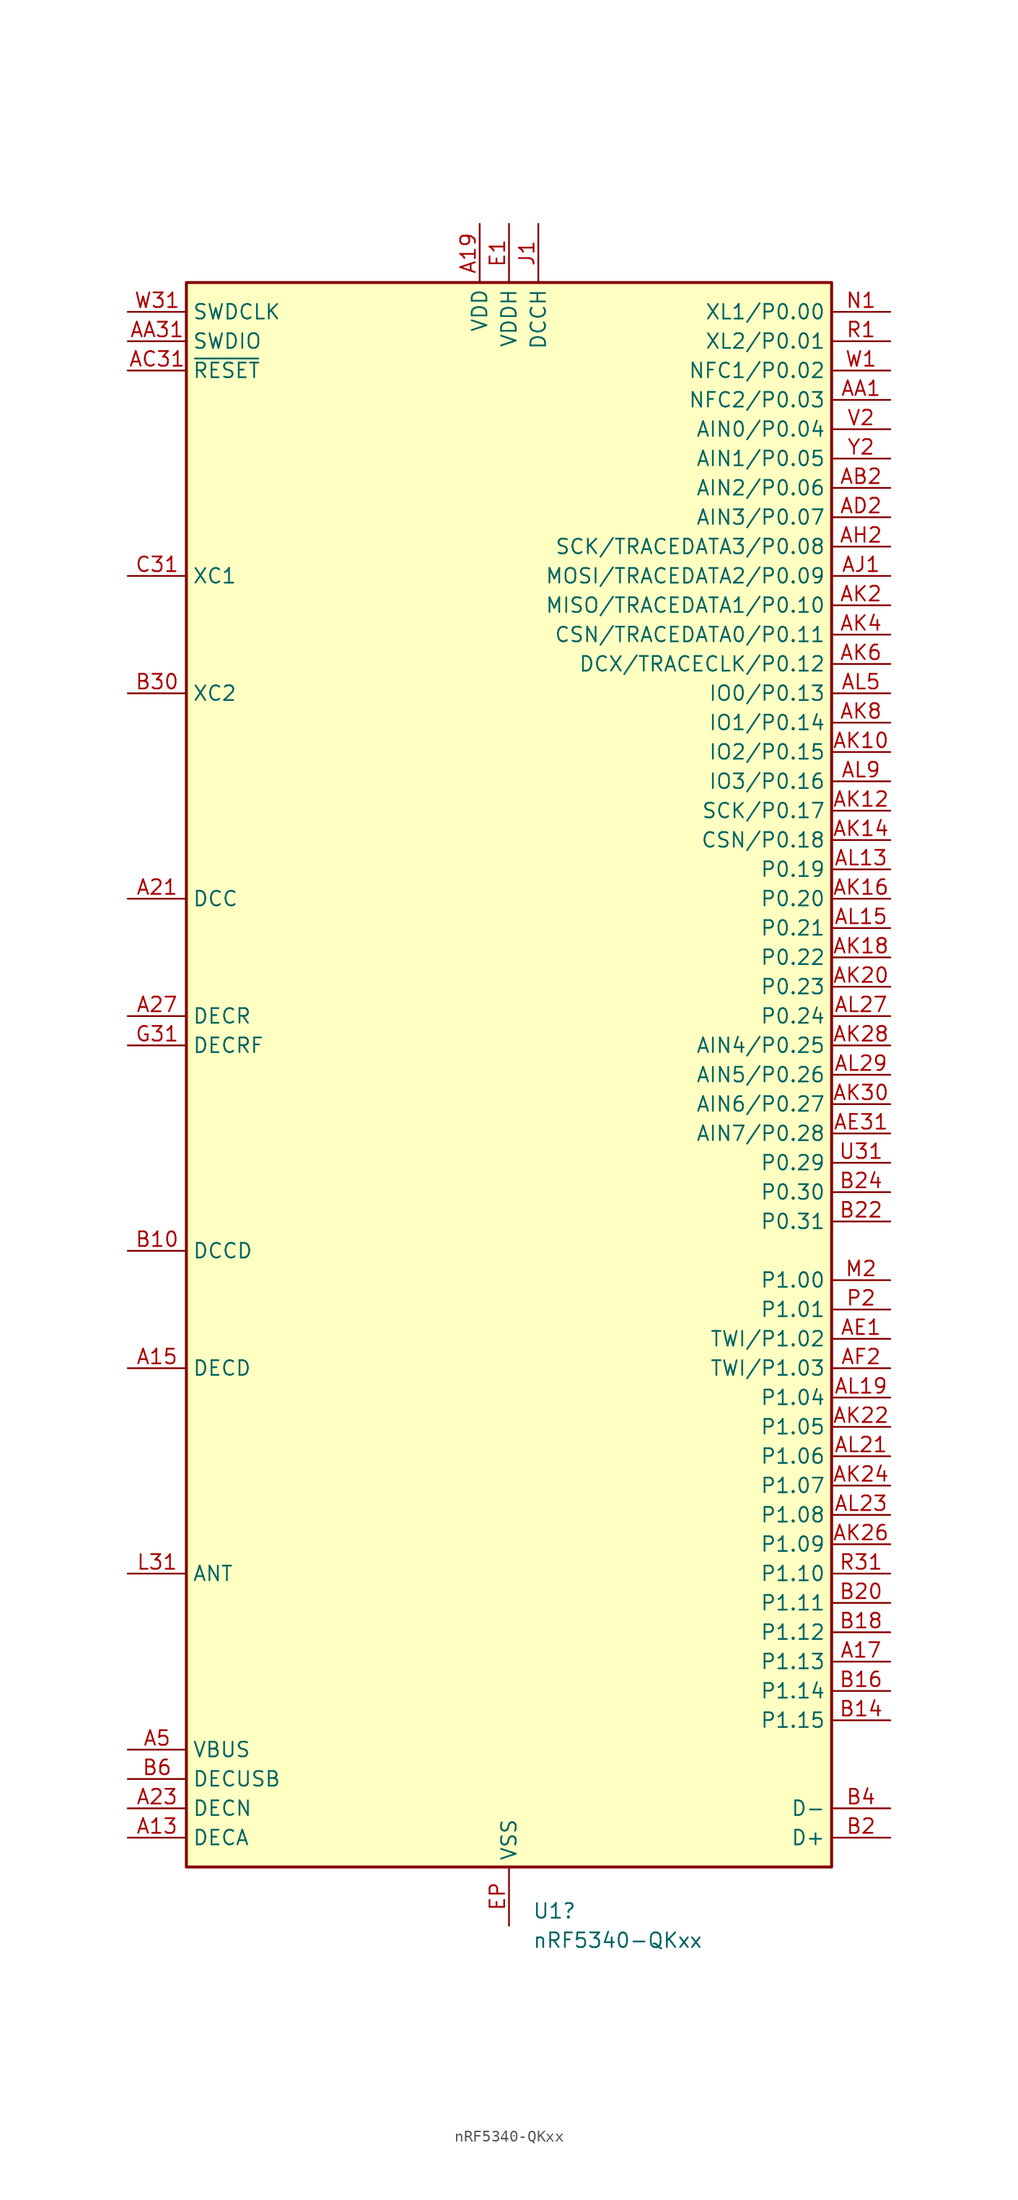
<source format=kicad_sym>
(kicad_symbol_lib
  (version 20241209)
  (generator "kicad_symbol_editor")
  (generator_version "9.0")
  (symbol "nRF5340-QKxx"
    (property "Reference" "U1"
      (at 2.019 -72.39 0)
      (effects (font (size 1.27 1.27)) (justify left)))
    (property "Value" "nRF5340-QKxx"
      (at 2.019 -74.93 0)
      (effects (font (size 1.27 1.27)) (justify left)))
    (symbol "nRF5340-QKxx_0_1"
      (rectangle (start -27.94 68.58) (end 27.94 -68.58) (stroke (width 0.254) (type default)) (fill (type background))))
    (symbol "nRF5340-QKxx_1_1"
      (pin input line (at -33.02 66.04 0) (length 5.08) (name "SWDCLK" (effects (font (size 1.27 1.27)))) (number "W31" (effects (font (size 1.27 1.27)))))
      (pin bidirectional line (at -33.02 63.5 0) (length 5.08) (name "SWDIO" (effects (font (size 1.27 1.27)))) (number "AA31" (effects (font (size 1.27 1.27)))))
      (pin input line (at -33.02 60.96 0) (length 5.08) (name "~{RESET}" (effects (font (size 1.27 1.27)))) (number "AC31" (effects (font (size 1.27 1.27)))))
      (pin input line (at -33.02 43.18 0) (length 5.08) (name "XC1" (effects (font (size 1.27 1.27)))) (number "C31" (effects (font (size 1.27 1.27)))))
      (pin input line (at -33.02 33.02 0) (length 5.08) (name "XC2" (effects (font (size 1.27 1.27)))) (number "B30" (effects (font (size 1.27 1.27)))))
      (pin power_out line (at -33.02 15.24 0) (length 5.08) (name "DCC" (effects (font (size 1.27 1.27)))) (number "A21" (effects (font (size 1.27 1.27)))))
      (pin passive line (at -33.02 5.08 0) (length 5.08) (name "DECR" (effects (font (size 1.27 1.27)))) (number "A27" (effects (font (size 1.27 1.27)))))
      (pin passive line (at -33.02 2.54 0) (length 5.08) (name "DECRF" (effects (font (size 1.27 1.27)))) (number "G31" (effects (font (size 1.27 1.27)))))
      (pin power_out line (at -33.02 -15.24 0) (length 5.08) (name "DCCD" (effects (font (size 1.27 1.27)))) (number "B10" (effects (font (size 1.27 1.27)))))
      (pin passive line (at -33.02 -25.4 0) (length 5.08) (name "DECD" (effects (font (size 1.27 1.27)))) (number "A15" (effects (font (size 1.27 1.27)))))
      (pin passive line (at -33.02 -43.18 0) (length 5.08) (name "ANT" (effects (font (size 1.27 1.27)))) (number "L31" (effects (font (size 1.27 1.27)))))
      (pin power_in line (at -33.02 -58.42 0) (length 5.08) (name "VBUS" (effects (font (size 1.27 1.27)))) (number "A5" (effects (font (size 1.27 1.27)))))
      (pin passive line (at -33.02 -60.96 0) (length 5.08) (name "DECUSB" (effects (font (size 1.27 1.27)))) (number "B6" (effects (font (size 1.27 1.27)))))
      (pin passive line (at -33.02 -63.5 0) (length 5.08) (name "DECN" (effects (font (size 1.27 1.27)))) (number "A23" (effects (font (size 1.27 1.27)))))
      (pin passive line (at -33.02 -66.04 0) (length 5.08) (name "DECA" (effects (font (size 1.27 1.27)))) (number "A13" (effects (font (size 1.27 1.27)))))
      (pin no_connect line (at -27.94 58.42 0) (length 5.08) (hide yes) (name "NC" (effects (font (size 1.27 1.27)))) (number "A25" (effects (font (size 1.27 1.27)))))
      (pin no_connect line (at -27.94 55.88 0) (length 5.08) (hide yes) (name "NC" (effects (font (size 1.27 1.27)))) (number "B12" (effects (font (size 1.27 1.27)))))
      (pin no_connect line (at -27.94 53.34 0) (length 5.08) (hide yes) (name "NC" (effects (font (size 1.27 1.27)))) (number "B26" (effects (font (size 1.27 1.27)))))
      (pin no_connect line (at -27.94 50.8 0) (length 5.08) (hide yes) (name "NC" (effects (font (size 1.27 1.27)))) (number "D2" (effects (font (size 1.27 1.27)))))
      (pin no_connect line (at -27.94 48.26 0) (length 5.08) (hide yes) (name "NC" (effects (font (size 1.27 1.27)))) (number "F2" (effects (font (size 1.27 1.27)))))
      (pin no_connect line (at -27.94 45.72 0) (length 5.08) (hide yes) (name "NC" (effects (font (size 1.27 1.27)))) (number "G1" (effects (font (size 1.27 1.27)))))
      (pin no_connect line (at -27.94 40.64 0) (length 5.08) (hide yes) (name "NC" (effects (font (size 1.27 1.27)))) (number "H2" (effects (font (size 1.27 1.27)))))
      (pin no_connect line (at -27.94 38.1 0) (length 5.08) (hide yes) (name "NC" (effects (font (size 1.27 1.27)))) (number "J31" (effects (font (size 1.27 1.27)))))
      (pin no_connect line (at -27.94 35.56 0) (length 5.08) (hide yes) (name "NC" (effects (font (size 1.27 1.27)))) (number "K2" (effects (font (size 1.27 1.27)))))
      (pin no_connect line (at -27.94 30.48 0) (length 5.08) (hide yes) (name "NC" (effects (font (size 1.27 1.27)))) (number "T2" (effects (font (size 1.27 1.27)))))
      (pin no_connect line (at -27.94 27.94 0) (length 5.08) (hide yes) (name "NC" (effects (font (size 1.27 1.27)))) (number "AG31" (effects (font (size 1.27 1.27)))))
      (pin power_in line (at -2.54 73.66 270) (length 5.08) (name "VDD" (effects (font (size 1.27 1.27)))) (number "A19" (effects (font (size 1.27 1.27)))))
      (pin passive line (at -2.54 73.66 270) (length 5.08) (hide yes) (name "VDD" (effects (font (size 1.27 1.27)))) (number "AC1" (effects (font (size 1.27 1.27)))))
      (pin passive line (at -2.54 73.66 270) (length 5.08) (hide yes) (name "VDD" (effects (font (size 1.27 1.27)))) (number "AG1" (effects (font (size 1.27 1.27)))))
      (pin passive line (at -2.54 73.66 270) (length 5.08) (hide yes) (name "VDD" (effects (font (size 1.27 1.27)))) (number "AJ31" (effects (font (size 1.27 1.27)))))
      (pin passive line (at -2.54 73.66 270) (length 5.08) (hide yes) (name "VDD" (effects (font (size 1.27 1.27)))) (number "AL11" (effects (font (size 1.27 1.27)))))
      (pin passive line (at -2.54 73.66 270) (length 5.08) (hide yes) (name "VDD" (effects (font (size 1.27 1.27)))) (number "AL17" (effects (font (size 1.27 1.27)))))
      (pin passive line (at -2.54 73.66 270) (length 5.08) (hide yes) (name "VDD" (effects (font (size 1.27 1.27)))) (number "AL25" (effects (font (size 1.27 1.27)))))
      (pin passive line (at -2.54 73.66 270) (length 5.08) (hide yes) (name "VDD" (effects (font (size 1.27 1.27)))) (number "AL3" (effects (font (size 1.27 1.27)))))
      (pin passive line (at -2.54 73.66 270) (length 5.08) (hide yes) (name "VDD" (effects (font (size 1.27 1.27)))) (number "AL7" (effects (font (size 1.27 1.27)))))
      (pin passive line (at -2.54 73.66 270) (length 5.08) (hide yes) (name "VDD" (effects (font (size 1.27 1.27)))) (number "B28" (effects (font (size 1.27 1.27)))))
      (pin passive line (at -2.54 73.66 270) (length 5.08) (hide yes) (name "VDD" (effects (font (size 1.27 1.27)))) (number "B8" (effects (font (size 1.27 1.27)))))
      (pin passive line (at -2.54 73.66 270) (length 5.08) (hide yes) (name "VDD" (effects (font (size 1.27 1.27)))) (number "C1" (effects (font (size 1.27 1.27)))))
      (pin passive line (at -2.54 73.66 270) (length 5.08) (hide yes) (name "VDD" (effects (font (size 1.27 1.27)))) (number "E31" (effects (font (size 1.27 1.27)))))
      (pin passive line (at -2.54 73.66 270) (length 5.08) (hide yes) (name "VDD" (effects (font (size 1.27 1.27)))) (number "L1" (effects (font (size 1.27 1.27)))))
      (pin passive line (at -2.54 73.66 270) (length 5.08) (hide yes) (name "VDD" (effects (font (size 1.27 1.27)))) (number "N31" (effects (font (size 1.27 1.27)))))
      (pin passive line (at -2.54 73.66 270) (length 5.08) (hide yes) (name "VDD" (effects (font (size 1.27 1.27)))) (number "U1" (effects (font (size 1.27 1.27)))))
      (pin power_in line (at 0 73.66 270) (length 5.08) (name "VDDH" (effects (font (size 1.27 1.27)))) (number "E1" (effects (font (size 1.27 1.27)))))
      (pin power_in line (at 0 -73.66 90) (length 5.08) (name "VSS" (effects (font (size 1.27 1.27)))) (number "EP" (effects (font (size 1.27 1.27)))))
      (pin passive line (at 2.54 73.66 270) (length 5.08) (name "DCCH" (effects (font (size 1.27 1.27)))) (number "J1" (effects (font (size 1.27 1.27)))))
      (pin bidirectional line (at 33.02 66.04 180) (length 5.08) (name "XL1/P0.00" (effects (font (size 1.27 1.27)))) (number "N1" (effects (font (size 1.27 1.27)))))
      (pin bidirectional line (at 33.02 63.5 180) (length 5.08) (name "XL2/P0.01" (effects (font (size 1.27 1.27)))) (number "R1" (effects (font (size 1.27 1.27)))))
      (pin bidirectional line (at 33.02 60.96 180) (length 5.08) (name "NFC1/P0.02" (effects (font (size 1.27 1.27)))) (number "W1" (effects (font (size 1.27 1.27)))))
      (pin bidirectional line (at 33.02 58.42 180) (length 5.08) (name "NFC2/P0.03" (effects (font (size 1.27 1.27)))) (number "AA1" (effects (font (size 1.27 1.27)))))
      (pin bidirectional line (at 33.02 55.88 180) (length 5.08) (name "AIN0/P0.04" (effects (font (size 1.27 1.27)))) (number "V2" (effects (font (size 1.27 1.27)))))
      (pin bidirectional line (at 33.02 53.34 180) (length 5.08) (name "AIN1/P0.05" (effects (font (size 1.27 1.27)))) (number "Y2" (effects (font (size 1.27 1.27)))))
      (pin bidirectional line (at 33.02 50.8 180) (length 5.08) (name "AIN2/P0.06" (effects (font (size 1.27 1.27)))) (number "AB2" (effects (font (size 1.27 1.27)))))
      (pin bidirectional line (at 33.02 48.26 180) (length 5.08) (name "AIN3/P0.07" (effects (font (size 1.27 1.27)))) (number "AD2" (effects (font (size 1.27 1.27)))))
      (pin bidirectional line (at 33.02 45.72 180) (length 5.08) (name "SCK/TRACEDATA3/P0.08" (effects (font (size 1.27 1.27)))) (number "AH2" (effects (font (size 1.27 1.27)))))
      (pin bidirectional line (at 33.02 43.18 180) (length 5.08) (name "MOSI/TRACEDATA2/P0.09" (effects (font (size 1.27 1.27)))) (number "AJ1" (effects (font (size 1.27 1.27)))))
      (pin bidirectional line (at 33.02 40.64 180) (length 5.08) (name "MISO/TRACEDATA1/P0.10" (effects (font (size 1.27 1.27)))) (number "AK2" (effects (font (size 1.27 1.27)))))
      (pin bidirectional line (at 33.02 38.1 180) (length 5.08) (name "CSN/TRACEDATA0/P0.11" (effects (font (size 1.27 1.27)))) (number "AK4" (effects (font (size 1.27 1.27)))))
      (pin bidirectional line (at 33.02 35.56 180) (length 5.08) (name "DCX/TRACECLK/P0.12" (effects (font (size 1.27 1.27)))) (number "AK6" (effects (font (size 1.27 1.27)))))
      (pin bidirectional line (at 33.02 33.02 180) (length 5.08) (name "IO0/P0.13" (effects (font (size 1.27 1.27)))) (number "AL5" (effects (font (size 1.27 1.27)))))
      (pin bidirectional line (at 33.02 30.48 180) (length 5.08) (name "IO1/P0.14" (effects (font (size 1.27 1.27)))) (number "AK8" (effects (font (size 1.27 1.27)))))
      (pin bidirectional line (at 33.02 27.94 180) (length 5.08) (name "IO2/P0.15" (effects (font (size 1.27 1.27)))) (number "AK10" (effects (font (size 1.27 1.27)))))
      (pin bidirectional line (at 33.02 25.4 180) (length 5.08) (name "IO3/P0.16" (effects (font (size 1.27 1.27)))) (number "AL9" (effects (font (size 1.27 1.27)))))
      (pin bidirectional line (at 33.02 22.86 180) (length 5.08) (name "SCK/P0.17" (effects (font (size 1.27 1.27)))) (number "AK12" (effects (font (size 1.27 1.27)))))
      (pin bidirectional line (at 33.02 20.32 180) (length 5.08) (name "CSN/P0.18" (effects (font (size 1.27 1.27)))) (number "AK14" (effects (font (size 1.27 1.27)))))
      (pin bidirectional line (at 33.02 17.78 180) (length 5.08) (name "P0.19" (effects (font (size 1.27 1.27)))) (number "AL13" (effects (font (size 1.27 1.27)))))
      (pin bidirectional line (at 33.02 15.24 180) (length 5.08) (name "P0.20" (effects (font (size 1.27 1.27)))) (number "AK16" (effects (font (size 1.27 1.27)))))
      (pin bidirectional line (at 33.02 12.7 180) (length 5.08) (name "P0.21" (effects (font (size 1.27 1.27)))) (number "AL15" (effects (font (size 1.27 1.27)))))
      (pin bidirectional line (at 33.02 10.16 180) (length 5.08) (name "P0.22" (effects (font (size 1.27 1.27)))) (number "AK18" (effects (font (size 1.27 1.27)))))
      (pin bidirectional line (at 33.02 7.62 180) (length 5.08) (name "P0.23" (effects (font (size 1.27 1.27)))) (number "AK20" (effects (font (size 1.27 1.27)))))
      (pin bidirectional line (at 33.02 5.08 180) (length 5.08) (name "P0.24" (effects (font (size 1.27 1.27)))) (number "AL27" (effects (font (size 1.27 1.27)))))
      (pin bidirectional line (at 33.02 2.54 180) (length 5.08) (name "AIN4/P0.25" (effects (font (size 1.27 1.27)))) (number "AK28" (effects (font (size 1.27 1.27)))))
      (pin bidirectional line (at 33.02 0 180) (length 5.08) (name "AIN5/P0.26" (effects (font (size 1.27 1.27)))) (number "AL29" (effects (font (size 1.27 1.27)))))
      (pin bidirectional line (at 33.02 -2.54 180) (length 5.08) (name "AIN6/P0.27" (effects (font (size 1.27 1.27)))) (number "AK30" (effects (font (size 1.27 1.27)))))
      (pin bidirectional line (at 33.02 -5.08 180) (length 5.08) (name "AIN7/P0.28" (effects (font (size 1.27 1.27)))) (number "AE31" (effects (font (size 1.27 1.27)))))
      (pin bidirectional line (at 33.02 -7.62 180) (length 5.08) (name "P0.29" (effects (font (size 1.27 1.27)))) (number "U31" (effects (font (size 1.27 1.27)))))
      (pin bidirectional line (at 33.02 -10.16 180) (length 5.08) (name "P0.30" (effects (font (size 1.27 1.27)))) (number "B24" (effects (font (size 1.27 1.27)))))
      (pin bidirectional line (at 33.02 -12.7 180) (length 5.08) (name "P0.31" (effects (font (size 1.27 1.27)))) (number "B22" (effects (font (size 1.27 1.27)))))
      (pin bidirectional line (at 33.02 -17.78 180) (length 5.08) (name "P1.00" (effects (font (size 1.27 1.27)))) (number "M2" (effects (font (size 1.27 1.27)))))
      (pin bidirectional line (at 33.02 -20.32 180) (length 5.08) (name "P1.01" (effects (font (size 1.27 1.27)))) (number "P2" (effects (font (size 1.27 1.27)))))
      (pin bidirectional line (at 33.02 -22.86 180) (length 5.08) (name "TWI/P1.02" (effects (font (size 1.27 1.27)))) (number "AE1" (effects (font (size 1.27 1.27)))))
      (pin bidirectional line (at 33.02 -25.4 180) (length 5.08) (name "TWI/P1.03" (effects (font (size 1.27 1.27)))) (number "AF2" (effects (font (size 1.27 1.27)))))
      (pin bidirectional line (at 33.02 -27.94 180) (length 5.08) (name "P1.04" (effects (font (size 1.27 1.27)))) (number "AL19" (effects (font (size 1.27 1.27)))))
      (pin bidirectional line (at 33.02 -30.48 180) (length 5.08) (name "P1.05" (effects (font (size 1.27 1.27)))) (number "AK22" (effects (font (size 1.27 1.27)))))
      (pin bidirectional line (at 33.02 -33.02 180) (length 5.08) (name "P1.06" (effects (font (size 1.27 1.27)))) (number "AL21" (effects (font (size 1.27 1.27)))))
      (pin bidirectional line (at 33.02 -35.56 180) (length 5.08) (name "P1.07" (effects (font (size 1.27 1.27)))) (number "AK24" (effects (font (size 1.27 1.27)))))
      (pin bidirectional line (at 33.02 -38.1 180) (length 5.08) (name "P1.08" (effects (font (size 1.27 1.27)))) (number "AL23" (effects (font (size 1.27 1.27)))))
      (pin bidirectional line (at 33.02 -40.64 180) (length 5.08) (name "P1.09" (effects (font (size 1.27 1.27)))) (number "AK26" (effects (font (size 1.27 1.27)))))
      (pin bidirectional line (at 33.02 -43.18 180) (length 5.08) (name "P1.10" (effects (font (size 1.27 1.27)))) (number "R31" (effects (font (size 1.27 1.27)))))
      (pin bidirectional line (at 33.02 -45.72 180) (length 5.08) (name "P1.11" (effects (font (size 1.27 1.27)))) (number "B20" (effects (font (size 1.27 1.27)))))
      (pin bidirectional line (at 33.02 -48.26 180) (length 5.08) (name "P1.12" (effects (font (size 1.27 1.27)))) (number "B18" (effects (font (size 1.27 1.27)))))
      (pin bidirectional line (at 33.02 -50.8 180) (length 5.08) (name "P1.13" (effects (font (size 1.27 1.27)))) (number "A17" (effects (font (size 1.27 1.27)))))
      (pin bidirectional line (at 33.02 -53.34 180) (length 5.08) (name "P1.14" (effects (font (size 1.27 1.27)))) (number "B16" (effects (font (size 1.27 1.27)))))
      (pin bidirectional line (at 33.02 -55.88 180) (length 5.08) (name "P1.15" (effects (font (size 1.27 1.27)))) (number "B14" (effects (font (size 1.27 1.27)))))
      (pin bidirectional line (at 33.02 -63.5 180) (length 5.08) (name "D-" (effects (font (size 1.27 1.27)))) (number "B4" (effects (font (size 1.27 1.27)))))
      (pin bidirectional line (at 33.02 -66.04 180) (length 5.08) (name "D+" (effects (font (size 1.27 1.27)))) (number "B2" (effects (font (size 1.27 1.27))))))))
</source>
